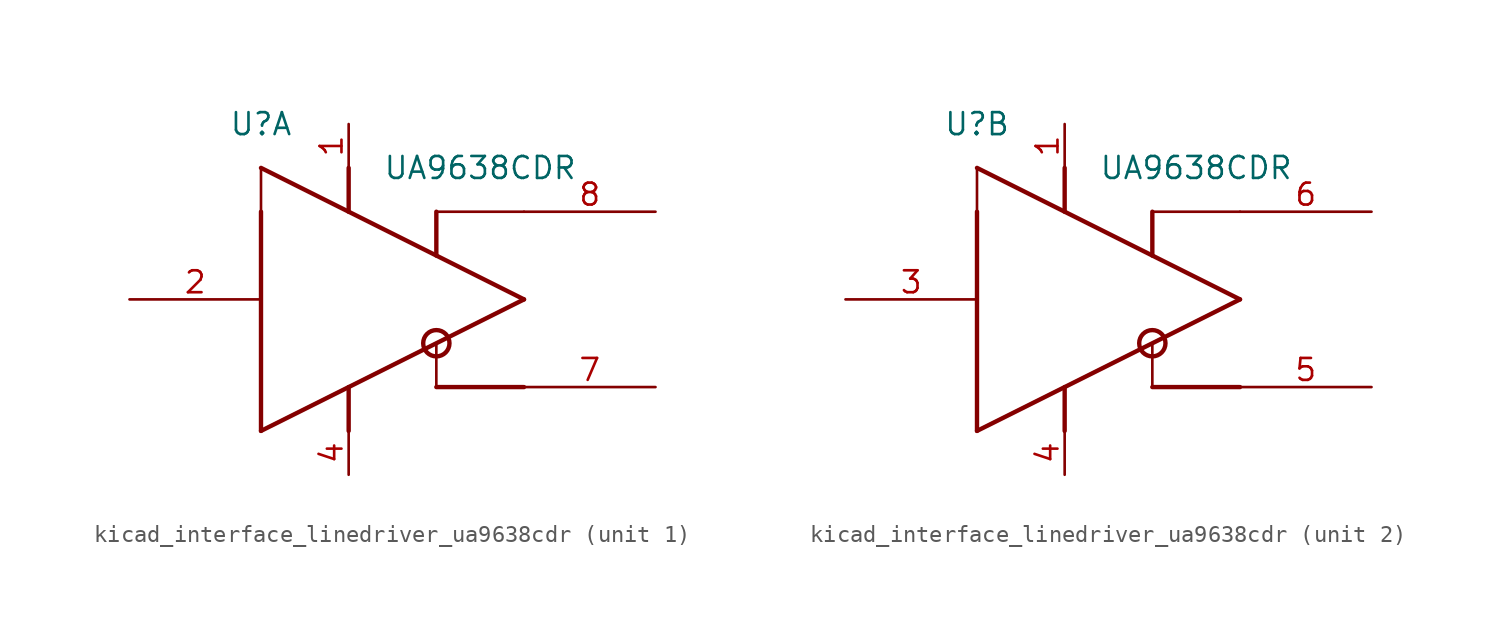
<source format=kicad_sym>
(kicad_symbol_lib
  (version 20220914)
  (generator kicad_symbol_editor)
  (symbol "kicad_interface_linedriver_ua9638cdr"
    (pin_names
      (offset 1.016) hide)
    (property "Reference" "U"
      (at -7.62 10.16 0)
      (effects (font (size 1.27 1.27))))
    (property "Value" "UA9638CDR"
      (at 5.08 7.62 0)
      (effects (font (size 1.27 1.27))))
    (symbol "kicad_interface_linedriver_ua9638cdr_0_1"
      (polyline (pts (xy -7.62 5.08) (xy -7.62 -7.62)) (stroke (width 0.254) (type default)) (fill (type background)))
      (polyline (pts (xy -7.62 5.08) (xy -7.62 7.62)) (stroke (width 0) (type default)) (fill (type none)))
      (polyline (pts (xy -7.62 7.62) (xy 7.62 0)) (stroke (width 0.254) (type default)) (fill (type none)))
      (polyline (pts (xy -2.54 -5.08) (xy -2.54 -7.62)) (stroke (width 0.254) (type default)) (fill (type none)))
      (polyline (pts (xy -2.54 5.08) (xy -2.54 7.62)) (stroke (width 0.254) (type default)) (fill (type none)))
      (polyline (pts (xy 2.54 -5.08) (xy 7.62 -5.08)) (stroke (width 0.254) (type default)) (fill (type none)))
      (polyline (pts (xy 2.54 -2.54) (xy 2.54 -5.08)) (stroke (width 0) (type default)) (fill (type none)))
      (polyline (pts (xy 2.54 5.08) (xy 2.54 2.54)) (stroke (width 0.254) (type default)) (fill (type none)))
      (polyline (pts (xy 7.62 0) (xy -7.62 -7.62)) (stroke (width 0.254) (type default)) (fill (type none)))
      (polyline (pts (xy 7.62 5.08) (xy 2.54 5.08)) (stroke (width 0) (type default)) (fill (type none)))
      (circle (center 2.54 -2.54) (radius 0.762) (stroke (width 0.254) (type default)) (fill (type none))))
    (symbol "kicad_interface_linedriver_ua9638cdr_1_1"
      (pin power_in line (at -2.54 10.16 270) (length 2.54) (name "VCC" (effects (font (size 1.27 1.27)))) (number "1" (effects (font (size 1.27 1.27)))))
      (pin input line (at -15.24 0 0) (length 7.62) (name "IN" (effects (font (size 1.27 1.27)))) (number "2" (effects (font (size 1.27 1.27)))))
      (pin power_in line (at -2.54 -10.16 90) (length 2.54) (name "GND" (effects (font (size 1.27 1.27)))) (number "4" (effects (font (size 1.27 1.27)))))
      (pin output line (at 15.24 -5.08 180) (length 7.62) (name "OUTA" (effects (font (size 1.27 1.27)))) (number "7" (effects (font (size 1.27 1.27)))))
      (pin output line (at 15.24 5.08 180) (length 7.62) (name "OUTB" (effects (font (size 1.27 1.27)))) (number "8" (effects (font (size 1.27 1.27))))))
    (symbol "kicad_interface_linedriver_ua9638cdr_2_1"
      (pin power_in line (at -2.54 10.16 270) (length 2.54) (name "VCC" (effects (font (size 1.27 1.27)))) (number "1" (effects (font (size 1.27 1.27)))))
      (pin input line (at -15.24 0 0) (length 7.62) (name "IN" (effects (font (size 1.27 1.27)))) (number "3" (effects (font (size 1.27 1.27)))))
      (pin power_in line (at -2.54 -10.16 90) (length 2.54) (name "GND" (effects (font (size 1.27 1.27)))) (number "4" (effects (font (size 1.27 1.27)))))
      (pin output line (at 15.24 -5.08 180) (length 7.62) (name "OUTA" (effects (font (size 1.27 1.27)))) (number "5" (effects (font (size 1.27 1.27)))))
      (pin output line (at 15.24 5.08 180) (length 7.62) (name "OUTB" (effects (font (size 1.27 1.27)))) (number "6" (effects (font (size 1.27 1.27))))))))
</source>
